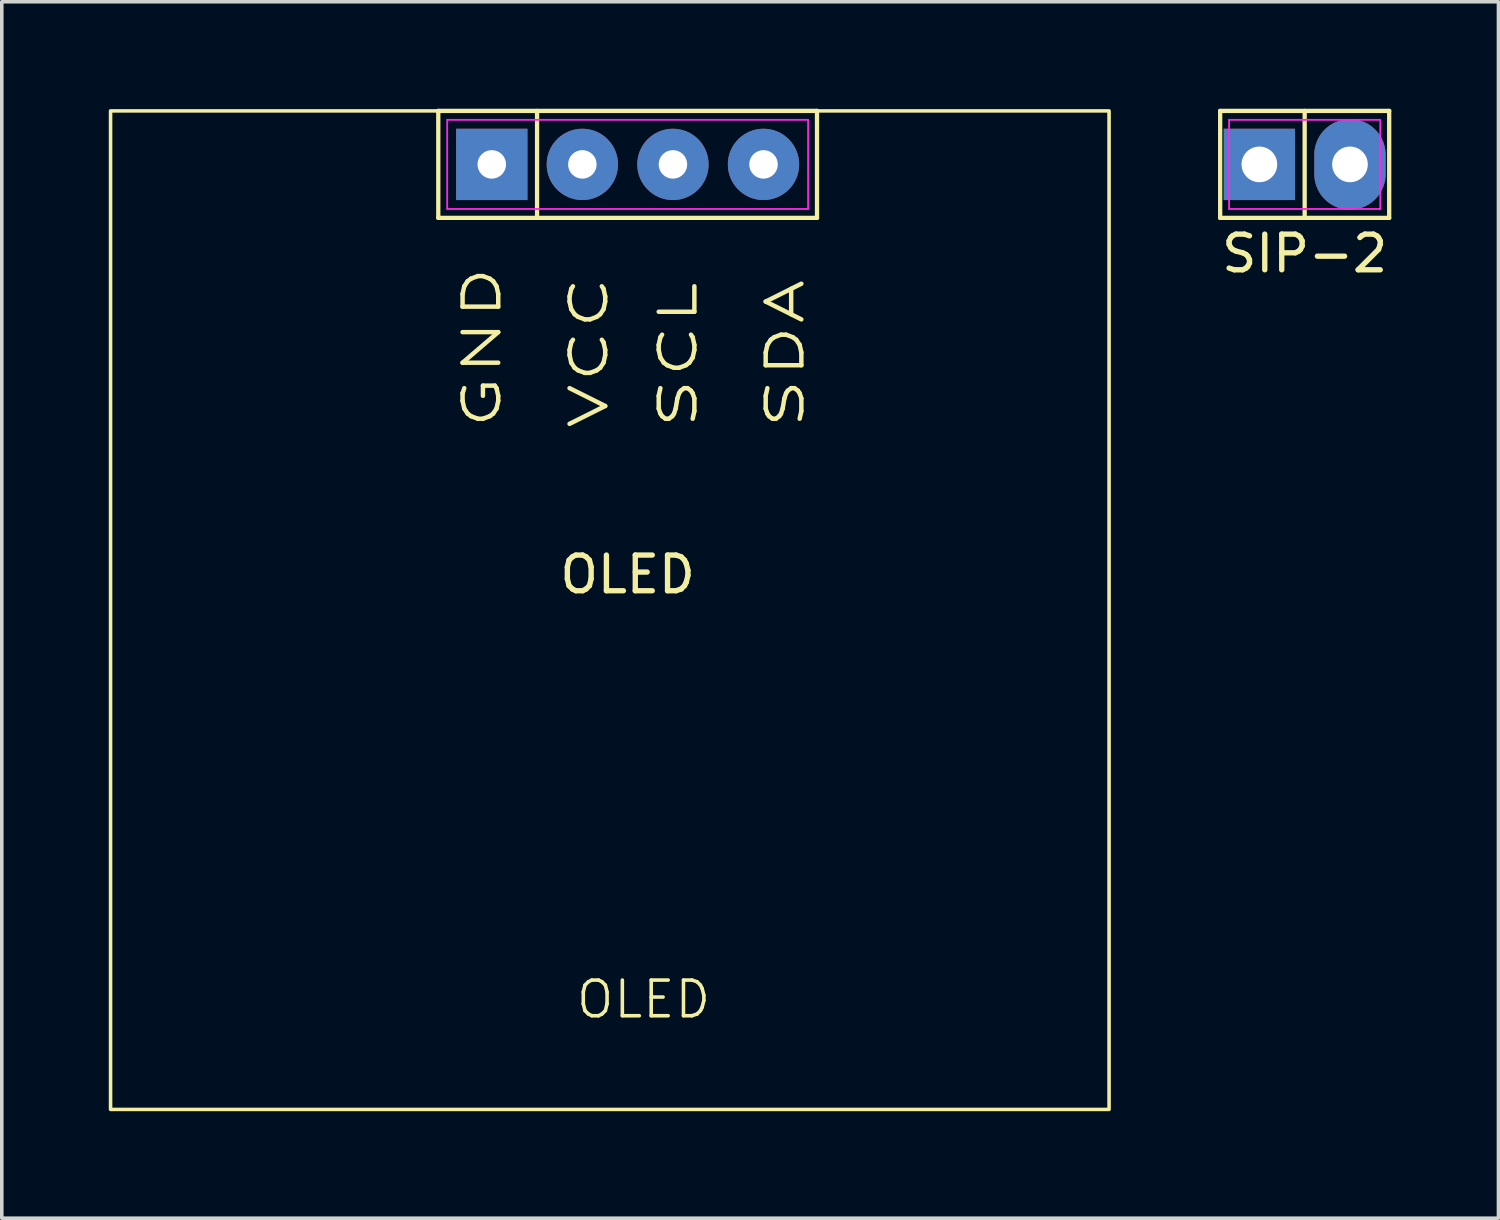
<source format=kicad_pcb>
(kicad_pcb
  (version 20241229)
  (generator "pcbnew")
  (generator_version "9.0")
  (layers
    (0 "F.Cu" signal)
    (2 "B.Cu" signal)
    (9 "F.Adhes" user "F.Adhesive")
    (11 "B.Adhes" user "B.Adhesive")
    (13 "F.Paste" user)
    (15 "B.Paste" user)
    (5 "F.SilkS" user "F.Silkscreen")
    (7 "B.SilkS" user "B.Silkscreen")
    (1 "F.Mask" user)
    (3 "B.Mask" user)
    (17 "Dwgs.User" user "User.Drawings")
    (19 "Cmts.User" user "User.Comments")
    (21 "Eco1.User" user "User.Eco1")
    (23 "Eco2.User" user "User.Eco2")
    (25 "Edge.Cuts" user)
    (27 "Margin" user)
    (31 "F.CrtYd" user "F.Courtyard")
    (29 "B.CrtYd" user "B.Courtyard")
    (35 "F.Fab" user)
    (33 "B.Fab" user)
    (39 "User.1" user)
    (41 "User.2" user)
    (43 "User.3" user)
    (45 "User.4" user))
  (footprint "OLED"
    (layer "F.Cu")
    (at 14.55 1.56)
    (property "Reference" "OLED" (at 0 11.5 0) (layer "F.SilkS") (effects (font (size 1 1) (thickness 0.15))))
    (attr through_hole)
    (fp_line (start -5.31 -1.5) (end 5.31 -1.5) (stroke (width 0.12) (type default)) (layer "F.SilkS"))
    (fp_line (start -5.31 1.5) (end -5.31 -1.5) (stroke (width 0.12) (type default)) (layer "F.SilkS"))
    (fp_line (start -2.54 -1.5) (end -2.54 1.5) (stroke (width 0.12) (type default)) (layer "F.SilkS"))
    (fp_line (start 5.31 -1.5) (end 5.31 1.5) (stroke (width 0.12) (type default)) (layer "F.SilkS"))
    (fp_line (start 5.31 1.5) (end -5.31 1.5) (stroke (width 0.12) (type default)) (layer "F.SilkS"))
    (fp_rect (start -14.5 -1.5) (end 13.5 26.5) (stroke (width 0.1) (type default)) (fill no) (layer "F.SilkS"))
    (fp_line (start -5.06 -1.25) (end 5.06 -1.25) (stroke (width 0.05) (type default)) (layer "F.CrtYd"))
    (fp_line (start -5.06 1.25) (end -5.06 -1.25) (stroke (width 0.05) (type default)) (layer "F.CrtYd"))
    (fp_line (start 5.06 -1.25) (end 5.06 1.25) (stroke (width 0.05) (type default)) (layer "F.CrtYd"))
    (fp_line (start 5.06 1.25) (end -5.06 1.25) (stroke (width 0.05) (type default)) (layer "F.CrtYd"))
    (fp_text user "OLED" (at -1.5 24 0) (unlocked yes) (layer "F.SilkS") (effects (font (size 1 1) (thickness 0.1)) (justify left bottom)))
    (fp_text user "SDA" (at 5 7.5 90) (unlocked yes) (layer "F.SilkS") (effects (font (size 1 1.5) (thickness 0.125)) (justify left bottom)))
    (fp_text user "VCC" (at -0.5 7.5 90) (unlocked yes) (layer "F.SilkS") (effects (font (size 1 1.5) (thickness 0.125)) (justify left bottom)))
    (fp_text user "GND" (at -3.5 7.5 90) (unlocked yes) (layer "F.SilkS") (effects (font (size 1 1.5) (thickness 0.125)) (justify left bottom)))
    (fp_text user "SCL" (at 2 7.5 90) (unlocked yes) (layer "F.SilkS") (effects (font (size 1 1.5) (thickness 0.125)) (justify left bottom)))
    (pad "1" thru_hole rect (at -3.81 0) (size 2 2) (drill 0.8) (layers "*.Cu" "*.Mask"))
    (pad "2" thru_hole circle (at -1.27 0) (size 2 2) (drill 0.8) (layers "*.Cu" "*.Mask"))
    (pad "3" thru_hole circle (at 1.27 0) (size 2 2) (drill 0.8) (layers "*.Cu" "*.Mask"))
    (pad "4" thru_hole circle (at 3.81 0) (size 2 2) (drill 0.8) (layers "*.Cu" "*.Mask")))
  (footprint "SIP-2"
    (layer "F.Cu")
    (at 33.535 1.56)
    (property "Reference" "SIP-2" (at 0 2.5 0) (layer "F.SilkS") (effects (font (size 1 1) (thickness 0.15))))
    (attr through_hole)
    (fp_line (start -2.37 -1.5) (end 2.37 -1.5) (stroke (width 0.12) (type default)) (layer "F.SilkS"))
    (fp_line (start -2.37 1.5) (end -2.37 -1.5) (stroke (width 0.12) (type default)) (layer "F.SilkS"))
    (fp_line (start 0 -1.5) (end 0 1.5) (stroke (width 0.12) (type default)) (layer "F.SilkS"))
    (fp_line (start 2.37 -1.5) (end 2.37 1.5) (stroke (width 0.12) (type default)) (layer "F.SilkS"))
    (fp_line (start 2.37 1.5) (end -2.37 1.5) (stroke (width 0.12) (type default)) (layer "F.SilkS"))
    (fp_line (start -2.12 -1.25) (end 2.12 -1.25) (stroke (width 0.05) (type default)) (layer "F.CrtYd"))
    (fp_line (start -2.12 1.25) (end -2.12 -1.25) (stroke (width 0.05) (type default)) (layer "F.CrtYd"))
    (fp_line (start 2.12 -1.25) (end 2.12 1.25) (stroke (width 0.05) (type default)) (layer "F.CrtYd"))
    (fp_line (start 2.12 1.25) (end -2.12 1.25) (stroke (width 0.05) (type default)) (layer "F.CrtYd"))
    (pad "1" thru_hole rect (at -1.27 0) (size 2 2) (drill 1) (layers "*.Cu" "*.Mask"))
    (pad "2" thru_hole oval (at 1.27 0) (size 2 2.54) (drill 1) (layers "*.Cu" "*.Mask")))
  (gr_rect
    (start -3 -3)
    (end 38.969 31.11)
    (stroke (width 0.1) (type default))
    (fill no)
    (layer "Edge.Cuts")))
</source>
